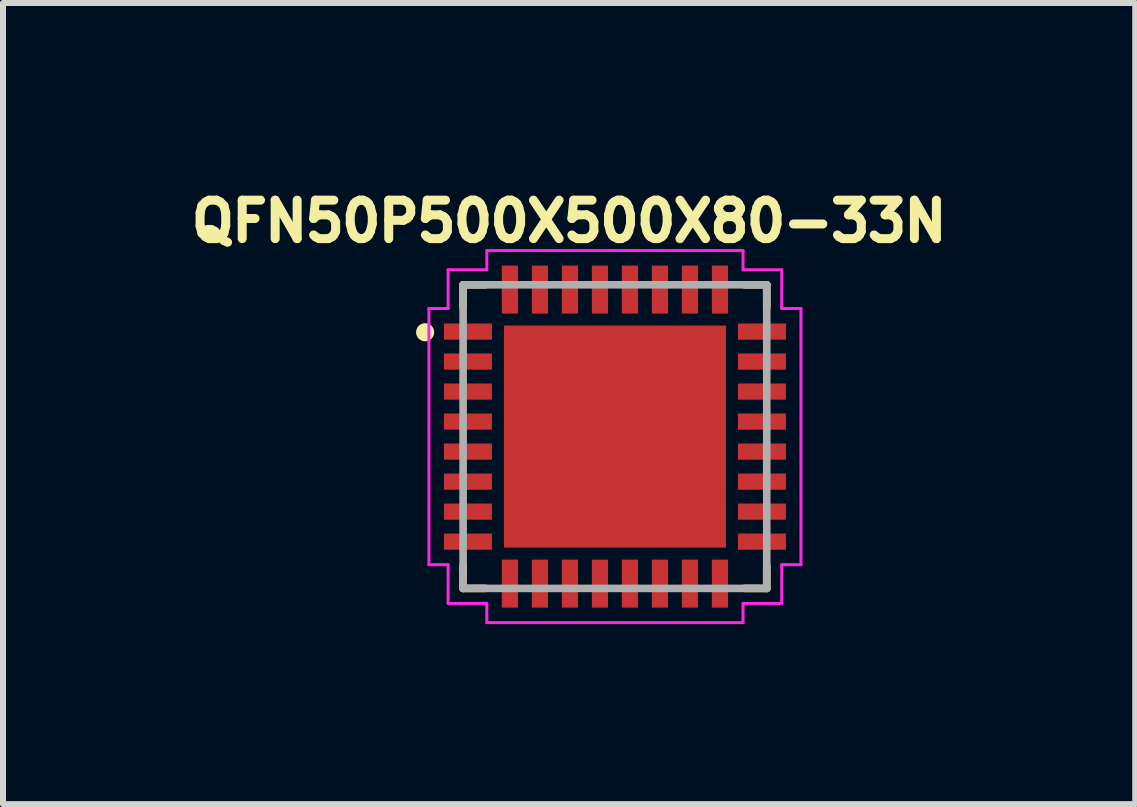
<source format=kicad_pcb>
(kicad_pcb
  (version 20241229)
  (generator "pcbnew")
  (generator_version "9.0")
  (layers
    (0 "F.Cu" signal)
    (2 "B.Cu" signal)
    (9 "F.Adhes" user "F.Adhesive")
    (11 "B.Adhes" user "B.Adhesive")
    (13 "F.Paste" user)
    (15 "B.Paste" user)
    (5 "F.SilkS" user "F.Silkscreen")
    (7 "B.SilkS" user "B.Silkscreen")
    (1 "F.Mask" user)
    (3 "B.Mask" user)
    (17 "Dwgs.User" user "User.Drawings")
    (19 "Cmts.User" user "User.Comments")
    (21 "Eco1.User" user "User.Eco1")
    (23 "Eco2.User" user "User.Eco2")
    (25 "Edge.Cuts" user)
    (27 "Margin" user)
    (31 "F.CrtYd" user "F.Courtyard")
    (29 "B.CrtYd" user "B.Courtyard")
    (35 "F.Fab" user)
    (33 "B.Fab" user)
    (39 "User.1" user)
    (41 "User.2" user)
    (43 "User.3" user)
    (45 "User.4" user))
  (footprint "QFN50P500X500X80-33N"
    (layer "F.Cu")
    (at 7.198 4.226)
    (property "Reference" "QFN50P500X500X80-33N" (at -0.763 -3.588 0) (layer "F.SilkS") (effects (font (size 0.641 0.641) (thickness 0.15))))
    (attr through_hole)
    (fp_line (start -2.53 -2.53) (end -2.156 -2.53) (stroke (width 0.127) (type solid)) (layer "F.SilkS"))
    (fp_line (start -2.53 -2.156) (end -2.53 -2.53) (stroke (width 0.127) (type solid)) (layer "F.SilkS"))
    (fp_line (start -2.53 2.53) (end -2.53 2.156) (stroke (width 0.127) (type solid)) (layer "F.SilkS"))
    (fp_line (start -2.156 2.53) (end -2.53 2.53) (stroke (width 0.127) (type solid)) (layer "F.SilkS"))
    (fp_line (start 2.156 -2.53) (end 2.53 -2.53) (stroke (width 0.127) (type solid)) (layer "F.SilkS"))
    (fp_line (start 2.53 -2.53) (end 2.53 -2.156) (stroke (width 0.127) (type solid)) (layer "F.SilkS"))
    (fp_line (start 2.53 2.156) (end 2.53 2.53) (stroke (width 0.127) (type solid)) (layer "F.SilkS"))
    (fp_line (start 2.53 2.53) (end 2.156 2.53) (stroke (width 0.127) (type solid)) (layer "F.SilkS"))
    (fp_circle (center -3.163 -1.739) (end -3.087 -1.739) (stroke (width 0.15) (type solid)) (fill no) (layer "F.SilkS"))
    (fp_poly (pts (xy -1.172 -1.17) (xy 1.17 -1.17) (xy 1.17 1.172) (xy -1.172 1.172)) (stroke (width 0.01) (type solid)) (fill yes) (layer "F.Paste"))
    (fp_line (start -3.1 -2.135) (end -2.78 -2.135) (stroke (width 0.05) (type solid)) (layer "F.CrtYd"))
    (fp_line (start -3.1 2.135) (end -3.1 -2.135) (stroke (width 0.05) (type solid)) (layer "F.CrtYd"))
    (fp_line (start -2.78 -2.78) (end -2.135 -2.78) (stroke (width 0.05) (type solid)) (layer "F.CrtYd"))
    (fp_line (start -2.78 -2.135) (end -2.78 -2.78) (stroke (width 0.05) (type solid)) (layer "F.CrtYd"))
    (fp_line (start -2.78 2.135) (end -3.1 2.135) (stroke (width 0.05) (type solid)) (layer "F.CrtYd"))
    (fp_line (start -2.78 2.78) (end -2.78 2.135) (stroke (width 0.05) (type solid)) (layer "F.CrtYd"))
    (fp_line (start -2.135 -3.1) (end 2.135 -3.1) (stroke (width 0.05) (type solid)) (layer "F.CrtYd"))
    (fp_line (start -2.135 -2.78) (end -2.135 -3.1) (stroke (width 0.05) (type solid)) (layer "F.CrtYd"))
    (fp_line (start -2.135 2.78) (end -2.78 2.78) (stroke (width 0.05) (type solid)) (layer "F.CrtYd"))
    (fp_line (start -2.135 3.1) (end -2.135 2.78) (stroke (width 0.05) (type solid)) (layer "F.CrtYd"))
    (fp_line (start 2.135 -3.1) (end 2.135 -2.78) (stroke (width 0.05) (type solid)) (layer "F.CrtYd"))
    (fp_line (start 2.135 -2.78) (end 2.78 -2.78) (stroke (width 0.05) (type solid)) (layer "F.CrtYd"))
    (fp_line (start 2.135 2.78) (end 2.135 3.1) (stroke (width 0.05) (type solid)) (layer "F.CrtYd"))
    (fp_line (start 2.135 3.1) (end -2.135 3.1) (stroke (width 0.05) (type solid)) (layer "F.CrtYd"))
    (fp_line (start 2.78 -2.78) (end 2.78 -2.135) (stroke (width 0.05) (type solid)) (layer "F.CrtYd"))
    (fp_line (start 2.78 -2.135) (end 3.1 -2.135) (stroke (width 0.05) (type solid)) (layer "F.CrtYd"))
    (fp_line (start 2.78 2.135) (end 2.78 2.78) (stroke (width 0.05) (type solid)) (layer "F.CrtYd"))
    (fp_line (start 2.78 2.78) (end 2.135 2.78) (stroke (width 0.05) (type solid)) (layer "F.CrtYd"))
    (fp_line (start 3.1 -2.135) (end 3.1 2.135) (stroke (width 0.05) (type solid)) (layer "F.CrtYd"))
    (fp_line (start 3.1 2.135) (end 2.78 2.135) (stroke (width 0.05) (type solid)) (layer "F.CrtYd"))
    (fp_line (start -2.53 -2.53) (end -2.53 2.53) (stroke (width 0.127) (type solid)) (layer "F.Fab"))
    (fp_line (start -2.53 2.53) (end 2.53 2.53) (stroke (width 0.127) (type solid)) (layer "F.Fab"))
    (fp_line (start 2.53 -2.53) (end -2.53 -2.53) (stroke (width 0.127) (type solid)) (layer "F.Fab"))
    (fp_line (start 2.53 2.53) (end 2.53 -2.53) (stroke (width 0.127) (type solid)) (layer "F.Fab"))
    (pad "1" smd roundrect (at -2.45 -1.75) (size 0.8 0.27) (layers "F.Cu" "F.Mask" "F.Paste") (roundrect_rratio 0.02))
    (pad "2" smd roundrect (at -2.45 -1.25) (size 0.8 0.27) (layers "F.Cu" "F.Mask" "F.Paste") (roundrect_rratio 0.02))
    (pad "3" smd roundrect (at -2.45 -0.75) (size 0.8 0.27) (layers "F.Cu" "F.Mask" "F.Paste") (roundrect_rratio 0.02))
    (pad "4" smd roundrect (at -2.45 -0.25) (size 0.8 0.27) (layers "F.Cu" "F.Mask" "F.Paste") (roundrect_rratio 0.02))
    (pad "5" smd roundrect (at -2.45 0.25) (size 0.8 0.27) (layers "F.Cu" "F.Mask" "F.Paste") (roundrect_rratio 0.02))
    (pad "6" smd roundrect (at -2.45 0.75) (size 0.8 0.27) (layers "F.Cu" "F.Mask" "F.Paste") (roundrect_rratio 0.02))
    (pad "7" smd roundrect (at -2.45 1.25) (size 0.8 0.27) (layers "F.Cu" "F.Mask" "F.Paste") (roundrect_rratio 0.02))
    (pad "8" smd roundrect (at -2.45 1.75) (size 0.8 0.27) (layers "F.Cu" "F.Mask" "F.Paste") (roundrect_rratio 0.02))
    (pad "9" smd roundrect (at -1.75 2.45 90) (size 0.8 0.27) (layers "F.Cu" "F.Mask" "F.Paste") (roundrect_rratio 0.02))
    (pad "10" smd roundrect (at -1.25 2.45 90) (size 0.8 0.27) (layers "F.Cu" "F.Mask" "F.Paste") (roundrect_rratio 0.02))
    (pad "11" smd roundrect (at -0.75 2.45 90) (size 0.8 0.27) (layers "F.Cu" "F.Mask" "F.Paste") (roundrect_rratio 0.02))
    (pad "12" smd roundrect (at -0.25 2.45 90) (size 0.8 0.27) (layers "F.Cu" "F.Mask" "F.Paste") (roundrect_rratio 0.02))
    (pad "13" smd roundrect (at 0.25 2.45 90) (size 0.8 0.27) (layers "F.Cu" "F.Mask" "F.Paste") (roundrect_rratio 0.02))
    (pad "14" smd roundrect (at 0.75 2.45 90) (size 0.8 0.27) (layers "F.Cu" "F.Mask" "F.Paste") (roundrect_rratio 0.02))
    (pad "15" smd roundrect (at 1.25 2.45 90) (size 0.8 0.27) (layers "F.Cu" "F.Mask" "F.Paste") (roundrect_rratio 0.02))
    (pad "16" smd roundrect (at 1.75 2.45 90) (size 0.8 0.27) (layers "F.Cu" "F.Mask" "F.Paste") (roundrect_rratio 0.02))
    (pad "17" smd roundrect (at 2.45 1.75 180) (size 0.8 0.27) (layers "F.Cu" "F.Mask" "F.Paste") (roundrect_rratio 0.02))
    (pad "18" smd roundrect (at 2.45 1.25 180) (size 0.8 0.27) (layers "F.Cu" "F.Mask" "F.Paste") (roundrect_rratio 0.02))
    (pad "19" smd roundrect (at 2.45 0.75 180) (size 0.8 0.27) (layers "F.Cu" "F.Mask" "F.Paste") (roundrect_rratio 0.02))
    (pad "20" smd roundrect (at 2.45 0.25 180) (size 0.8 0.27) (layers "F.Cu" "F.Mask" "F.Paste") (roundrect_rratio 0.02))
    (pad "21" smd roundrect (at 2.45 -0.25 180) (size 0.8 0.27) (layers "F.Cu" "F.Mask" "F.Paste") (roundrect_rratio 0.02))
    (pad "22" smd roundrect (at 2.45 -0.75 180) (size 0.8 0.27) (layers "F.Cu" "F.Mask" "F.Paste") (roundrect_rratio 0.02))
    (pad "23" smd roundrect (at 2.45 -1.25 180) (size 0.8 0.27) (layers "F.Cu" "F.Mask" "F.Paste") (roundrect_rratio 0.02))
    (pad "24" smd roundrect (at 2.45 -1.75 180) (size 0.8 0.27) (layers "F.Cu" "F.Mask" "F.Paste") (roundrect_rratio 0.02))
    (pad "25" smd roundrect (at 1.75 -2.45 270) (size 0.8 0.27) (layers "F.Cu" "F.Mask" "F.Paste") (roundrect_rratio 0.02))
    (pad "26" smd roundrect (at 1.25 -2.45 270) (size 0.8 0.27) (layers "F.Cu" "F.Mask" "F.Paste") (roundrect_rratio 0.02))
    (pad "27" smd roundrect (at 0.75 -2.45 270) (size 0.8 0.27) (layers "F.Cu" "F.Mask" "F.Paste") (roundrect_rratio 0.02))
    (pad "28" smd roundrect (at 0.25 -2.45 270) (size 0.8 0.27) (layers "F.Cu" "F.Mask" "F.Paste") (roundrect_rratio 0.02))
    (pad "29" smd roundrect (at -0.25 -2.45 270) (size 0.8 0.27) (layers "F.Cu" "F.Mask" "F.Paste") (roundrect_rratio 0.02))
    (pad "30" smd roundrect (at -0.75 -2.45 270) (size 0.8 0.27) (layers "F.Cu" "F.Mask" "F.Paste") (roundrect_rratio 0.02))
    (pad "31" smd roundrect (at -1.25 -2.45 270) (size 0.8 0.27) (layers "F.Cu" "F.Mask" "F.Paste") (roundrect_rratio 0.02))
    (pad "32" smd roundrect (at -1.75 -2.45 270) (size 0.8 0.27) (layers "F.Cu" "F.Mask" "F.Paste") (roundrect_rratio 0.02))
    (pad "33" smd rect (at 0 0) (size 3.7 3.7) (layers "F.Cu" "F.Mask")))
  (gr_rect
    (start -3 -3)
    (end 15.869 10.351)
    (stroke (width 0.1) (type default))
    (fill no)
    (layer "Edge.Cuts")))
</source>
